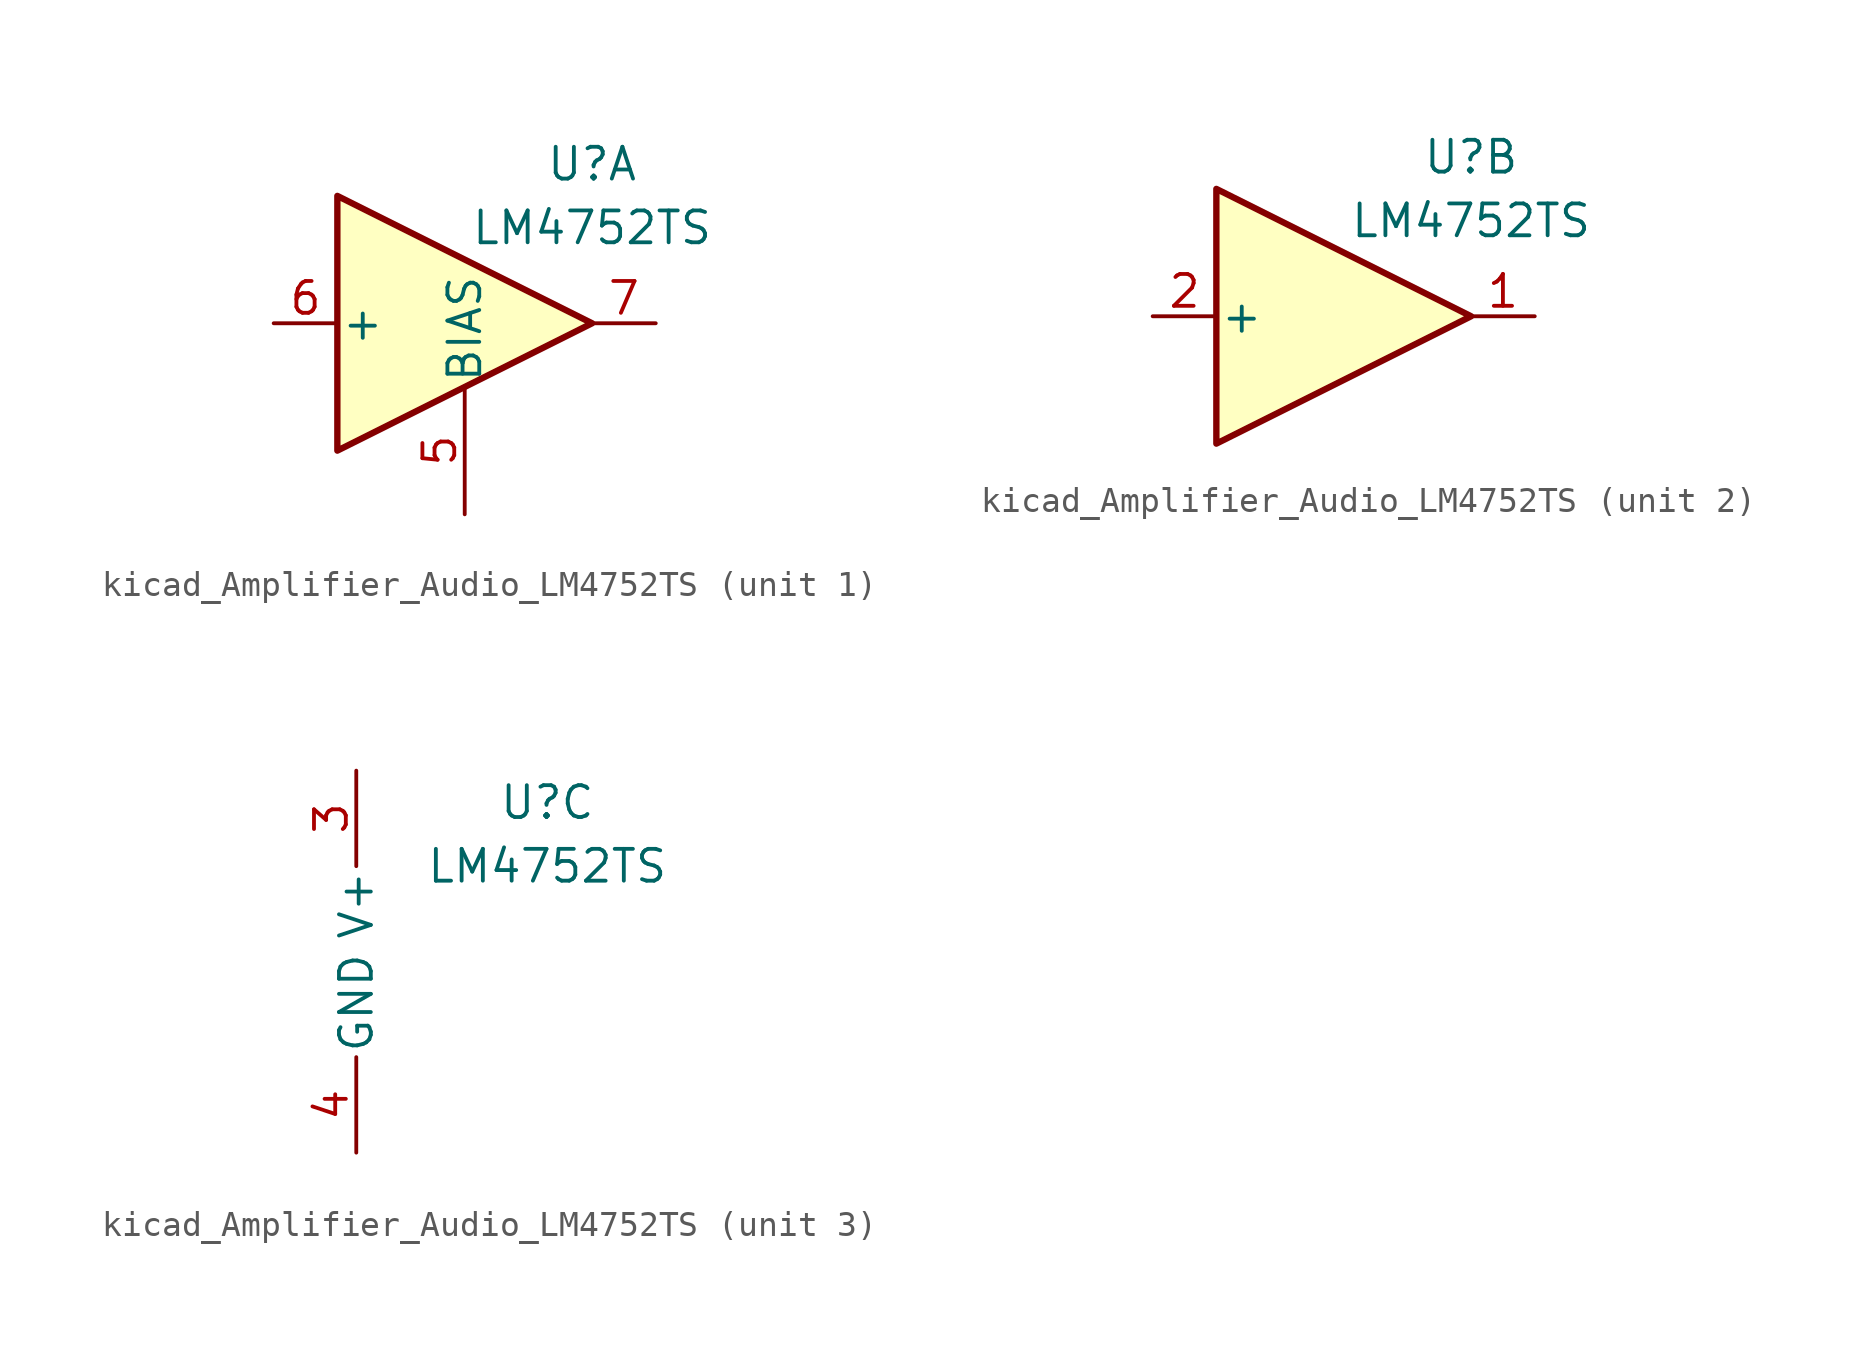
<source format=kicad_sym>
(kicad_symbol_lib
  (version 20220914)
  (generator kicad_symbol_editor)
  (symbol "kicad_Amplifier_Audio_LM4752TS"
    (pin_names
      (offset 0.127))
    (property "Reference" "U"
      (at 5.08 6.35 0)
      (effects (font (size 1.27 1.27))))
    (property "Value" "LM4752TS"
      (at 5.08 3.81 0)
      (effects (font (size 1.27 1.27))))
    (property "ki_locked" ""
      (at 0 0 0)
      (effects (font (size 1.27 1.27))))
    (symbol "kicad_Amplifier_Audio_LM4752TS_1_1"
      (polyline (pts (xy -5.08 5.08) (xy 5.08 0) (xy -5.08 -5.08) (xy -5.08 5.08)) (stroke (width 0.254) (type default)) (fill (type background)))
      (pin input line (at 0 -7.62 90) (length 5.08) (name "BIAS" (effects (font (size 1.27 1.27)))) (number "5" (effects (font (size 1.27 1.27)))))
      (pin input line (at -7.62 0 0) (length 2.54) (name "+" (effects (font (size 1.27 1.27)))) (number "6" (effects (font (size 1.27 1.27)))))
      (pin output line (at 7.62 0 180) (length 2.54) (name "~" (effects (font (size 1.27 1.27)))) (number "7" (effects (font (size 1.27 1.27))))))
    (symbol "kicad_Amplifier_Audio_LM4752TS_2_1"
      (polyline (pts (xy -5.08 5.08) (xy 5.08 0) (xy -5.08 -5.08) (xy -5.08 5.08)) (stroke (width 0.254) (type default)) (fill (type background)))
      (pin output line (at 7.62 0 180) (length 2.54) (name "~" (effects (font (size 1.27 1.27)))) (number "1" (effects (font (size 1.27 1.27)))))
      (pin input line (at -7.62 0 0) (length 2.54) (name "+" (effects (font (size 1.27 1.27)))) (number "2" (effects (font (size 1.27 1.27))))))
    (symbol "kicad_Amplifier_Audio_LM4752TS_3_1"
      (pin power_in line (at -2.54 7.62 270) (length 3.81) (name "V+" (effects (font (size 1.27 1.27)))) (number "3" (effects (font (size 1.27 1.27)))))
      (pin power_in line (at -2.54 -7.62 90) (length 3.81) (name "GND" (effects (font (size 1.27 1.27)))) (number "4" (effects (font (size 1.27 1.27))))))))
</source>
